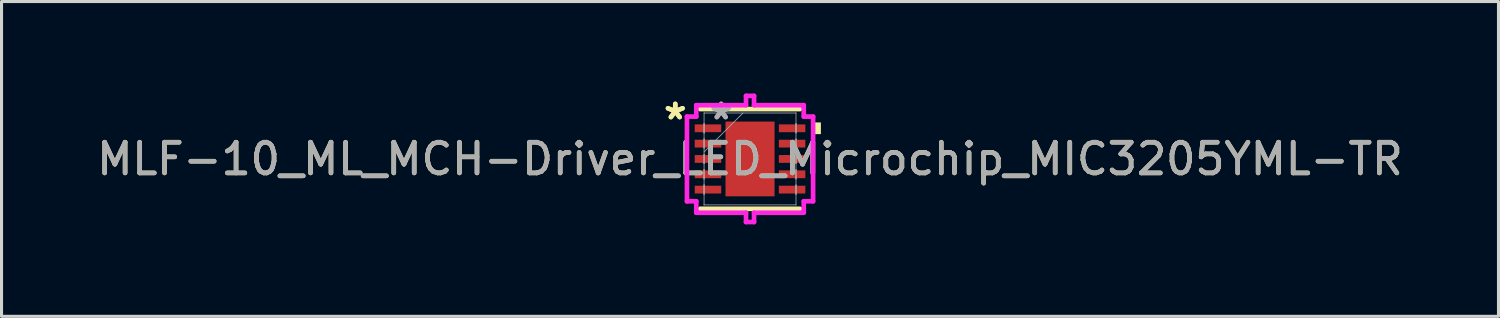
<source format=kicad_pcb>
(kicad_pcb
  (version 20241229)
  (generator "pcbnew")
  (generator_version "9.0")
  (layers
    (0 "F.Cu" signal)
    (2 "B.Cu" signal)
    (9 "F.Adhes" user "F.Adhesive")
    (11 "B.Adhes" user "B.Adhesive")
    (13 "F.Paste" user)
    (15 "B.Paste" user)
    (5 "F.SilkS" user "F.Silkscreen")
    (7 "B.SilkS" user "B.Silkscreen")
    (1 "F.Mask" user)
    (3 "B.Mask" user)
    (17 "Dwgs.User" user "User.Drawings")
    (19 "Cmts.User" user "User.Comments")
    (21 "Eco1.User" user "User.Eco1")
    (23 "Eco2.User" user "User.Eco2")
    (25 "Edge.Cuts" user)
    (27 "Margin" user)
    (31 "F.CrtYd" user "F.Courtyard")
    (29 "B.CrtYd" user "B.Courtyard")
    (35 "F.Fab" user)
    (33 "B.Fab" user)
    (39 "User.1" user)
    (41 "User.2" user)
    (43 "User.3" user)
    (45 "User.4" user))
  (footprint "MLF-10_ML_MCH-Driver_LED_Microchip_MIC3205YML-TR"
    (layer "F.Cu")
    (at 21.411 2.134)
    (property "Reference" "MLF-10_ML_MCH-Driver_LED_Microchip_MIC3205YML-TR" (at 0 0 0) (unlocked yes) (layer "F.SilkS") (effects (font (size 1 1) (thickness 0.15))))
    (attr smd)
    (fp_line (start -1.626 1.626) (end 1.626 1.626) (stroke (width 0.152) (type solid)) (layer "F.SilkS"))
    (fp_line (start 1.626 -1.626) (end -1.626 -1.626) (stroke (width 0.152) (type solid)) (layer "F.SilkS"))
    (fp_poly (pts (xy 2.311 -1.191) (xy 2.311 -0.81) (xy 2.057 -0.81) (xy 2.057 -1.191)) (stroke (width 0) (type solid)) (fill yes) (layer "F.SilkS"))
    (fp_line (start -2.057 -1.381) (end -1.753 -1.381) (stroke (width 0.152) (type solid)) (layer "F.CrtYd"))
    (fp_line (start -2.057 1.381) (end -2.057 -1.381) (stroke (width 0.152) (type solid)) (layer "F.CrtYd"))
    (fp_line (start -1.753 -1.753) (end -0.131 -1.753) (stroke (width 0.152) (type solid)) (layer "F.CrtYd"))
    (fp_line (start -1.753 -1.381) (end -1.753 -1.753) (stroke (width 0.152) (type solid)) (layer "F.CrtYd"))
    (fp_line (start -1.753 1.381) (end -2.057 1.381) (stroke (width 0.152) (type solid)) (layer "F.CrtYd"))
    (fp_line (start -1.753 1.753) (end -1.753 1.381) (stroke (width 0.152) (type solid)) (layer "F.CrtYd"))
    (fp_line (start -0.131 -2.057) (end 0.131 -2.057) (stroke (width 0.152) (type solid)) (layer "F.CrtYd"))
    (fp_line (start -0.131 -1.753) (end -0.131 -2.057) (stroke (width 0.152) (type solid)) (layer "F.CrtYd"))
    (fp_line (start -0.131 1.753) (end -1.753 1.753) (stroke (width 0.152) (type solid)) (layer "F.CrtYd"))
    (fp_line (start -0.131 2.057) (end -0.131 1.753) (stroke (width 0.152) (type solid)) (layer "F.CrtYd"))
    (fp_line (start 0.131 -2.057) (end 0.131 -1.753) (stroke (width 0.152) (type solid)) (layer "F.CrtYd"))
    (fp_line (start 0.131 -1.753) (end 1.753 -1.753) (stroke (width 0.152) (type solid)) (layer "F.CrtYd"))
    (fp_line (start 0.131 1.753) (end 0.131 2.057) (stroke (width 0.152) (type solid)) (layer "F.CrtYd"))
    (fp_line (start 0.131 2.057) (end -0.131 2.057) (stroke (width 0.152) (type solid)) (layer "F.CrtYd"))
    (fp_line (start 1.753 -1.753) (end 1.753 -1.381) (stroke (width 0.152) (type solid)) (layer "F.CrtYd"))
    (fp_line (start 1.753 -1.381) (end 2.057 -1.381) (stroke (width 0.152) (type solid)) (layer "F.CrtYd"))
    (fp_line (start 1.753 1.381) (end 1.753 1.753) (stroke (width 0.152) (type solid)) (layer "F.CrtYd"))
    (fp_line (start 1.753 1.753) (end 0.131 1.753) (stroke (width 0.152) (type solid)) (layer "F.CrtYd"))
    (fp_line (start 2.057 -1.381) (end 2.057 1.381) (stroke (width 0.152) (type solid)) (layer "F.CrtYd"))
    (fp_line (start 2.057 1.381) (end 1.753 1.381) (stroke (width 0.152) (type solid)) (layer "F.CrtYd"))
    (fp_line (start -1.499 -1.499) (end -1.499 -1.499) (stroke (width 0.025) (type solid)) (layer "F.Fab"))
    (fp_line (start -1.499 -1.499) (end -1.499 1.499) (stroke (width 0.025) (type solid)) (layer "F.Fab"))
    (fp_line (start -1.499 -1.152) (end -1.499 -1.152) (stroke (width 0.025) (type solid)) (layer "F.Fab"))
    (fp_line (start -1.499 -1.152) (end -1.499 -0.848) (stroke (width 0.025) (type solid)) (layer "F.Fab"))
    (fp_line (start -1.499 -0.848) (end -1.499 -1.152) (stroke (width 0.025) (type solid)) (layer "F.Fab"))
    (fp_line (start -1.499 -0.848) (end -1.499 -0.848) (stroke (width 0.025) (type solid)) (layer "F.Fab"))
    (fp_line (start -1.499 -0.652) (end -1.499 -0.652) (stroke (width 0.025) (type solid)) (layer "F.Fab"))
    (fp_line (start -1.499 -0.652) (end -1.499 -0.348) (stroke (width 0.025) (type solid)) (layer "F.Fab"))
    (fp_line (start -1.499 -0.348) (end -1.499 -0.652) (stroke (width 0.025) (type solid)) (layer "F.Fab"))
    (fp_line (start -1.499 -0.348) (end -1.499 -0.348) (stroke (width 0.025) (type solid)) (layer "F.Fab"))
    (fp_line (start -1.499 -0.229) (end -0.229 -1.499) (stroke (width 0.025) (type solid)) (layer "F.Fab"))
    (fp_line (start -1.499 -0.152) (end -1.499 -0.152) (stroke (width 0.025) (type solid)) (layer "F.Fab"))
    (fp_line (start -1.499 -0.152) (end -1.499 0.152) (stroke (width 0.025) (type solid)) (layer "F.Fab"))
    (fp_line (start -1.499 0.152) (end -1.499 -0.152) (stroke (width 0.025) (type solid)) (layer "F.Fab"))
    (fp_line (start -1.499 0.152) (end -1.499 0.152) (stroke (width 0.025) (type solid)) (layer "F.Fab"))
    (fp_line (start -1.499 0.348) (end -1.499 0.348) (stroke (width 0.025) (type solid)) (layer "F.Fab"))
    (fp_line (start -1.499 0.348) (end -1.499 0.652) (stroke (width 0.025) (type solid)) (layer "F.Fab"))
    (fp_line (start -1.499 0.652) (end -1.499 0.348) (stroke (width 0.025) (type solid)) (layer "F.Fab"))
    (fp_line (start -1.499 0.652) (end -1.499 0.652) (stroke (width 0.025) (type solid)) (layer "F.Fab"))
    (fp_line (start -1.499 0.848) (end -1.499 0.848) (stroke (width 0.025) (type solid)) (layer "F.Fab"))
    (fp_line (start -1.499 0.848) (end -1.499 1.152) (stroke (width 0.025) (type solid)) (layer "F.Fab"))
    (fp_line (start -1.499 1.152) (end -1.499 0.848) (stroke (width 0.025) (type solid)) (layer "F.Fab"))
    (fp_line (start -1.499 1.152) (end -1.499 1.152) (stroke (width 0.025) (type solid)) (layer "F.Fab"))
    (fp_line (start -1.499 1.499) (end -1.499 1.499) (stroke (width 0.025) (type solid)) (layer "F.Fab"))
    (fp_line (start -1.499 1.499) (end 1.499 1.499) (stroke (width 0.025) (type solid)) (layer "F.Fab"))
    (fp_line (start 1.499 -1.499) (end -1.499 -1.499) (stroke (width 0.025) (type solid)) (layer "F.Fab"))
    (fp_line (start 1.499 -1.499) (end 1.499 -1.499) (stroke (width 0.025) (type solid)) (layer "F.Fab"))
    (fp_line (start 1.499 -1.152) (end 1.499 -1.152) (stroke (width 0.025) (type solid)) (layer "F.Fab"))
    (fp_line (start 1.499 -1.152) (end 1.499 -0.848) (stroke (width 0.025) (type solid)) (layer "F.Fab"))
    (fp_line (start 1.499 -0.848) (end 1.499 -1.152) (stroke (width 0.025) (type solid)) (layer "F.Fab"))
    (fp_line (start 1.499 -0.848) (end 1.499 -0.848) (stroke (width 0.025) (type solid)) (layer "F.Fab"))
    (fp_line (start 1.499 -0.652) (end 1.499 -0.652) (stroke (width 0.025) (type solid)) (layer "F.Fab"))
    (fp_line (start 1.499 -0.652) (end 1.499 -0.348) (stroke (width 0.025) (type solid)) (layer "F.Fab"))
    (fp_line (start 1.499 -0.348) (end 1.499 -0.652) (stroke (width 0.025) (type solid)) (layer "F.Fab"))
    (fp_line (start 1.499 -0.348) (end 1.499 -0.348) (stroke (width 0.025) (type solid)) (layer "F.Fab"))
    (fp_line (start 1.499 -0.152) (end 1.499 -0.152) (stroke (width 0.025) (type solid)) (layer "F.Fab"))
    (fp_line (start 1.499 -0.152) (end 1.499 0.152) (stroke (width 0.025) (type solid)) (layer "F.Fab"))
    (fp_line (start 1.499 0.152) (end 1.499 -0.152) (stroke (width 0.025) (type solid)) (layer "F.Fab"))
    (fp_line (start 1.499 0.152) (end 1.499 0.152) (stroke (width 0.025) (type solid)) (layer "F.Fab"))
    (fp_line (start 1.499 0.348) (end 1.499 0.348) (stroke (width 0.025) (type solid)) (layer "F.Fab"))
    (fp_line (start 1.499 0.348) (end 1.499 0.652) (stroke (width 0.025) (type solid)) (layer "F.Fab"))
    (fp_line (start 1.499 0.652) (end 1.499 0.348) (stroke (width 0.025) (type solid)) (layer "F.Fab"))
    (fp_line (start 1.499 0.652) (end 1.499 0.652) (stroke (width 0.025) (type solid)) (layer "F.Fab"))
    (fp_line (start 1.499 0.848) (end 1.499 0.848) (stroke (width 0.025) (type solid)) (layer "F.Fab"))
    (fp_line (start 1.499 0.848) (end 1.499 1.152) (stroke (width 0.025) (type solid)) (layer "F.Fab"))
    (fp_line (start 1.499 1.152) (end 1.499 0.848) (stroke (width 0.025) (type solid)) (layer "F.Fab"))
    (fp_line (start 1.499 1.152) (end 1.499 1.152) (stroke (width 0.025) (type solid)) (layer "F.Fab"))
    (fp_line (start 1.499 1.499) (end 1.499 -1.499) (stroke (width 0.025) (type solid)) (layer "F.Fab"))
    (fp_line (start 1.499 1.499) (end 1.499 1.499) (stroke (width 0.025) (type solid)) (layer "F.Fab"))
    (fp_text user "*" (at -2.438 -1.25 0) (layer "F.SilkS") (effects (font (size 1 1) (thickness 0.15))))
    (fp_text user "*" (at -2.438 -1.25 0) (unlocked yes) (layer "F.SilkS") (effects (font (size 1 1) (thickness 0.15))))
    (fp_text user "*" (at -0.94 -1.25 0) (layer "F.Fab") (effects (font (size 1 1) (thickness 0.15))))
    (fp_text user "*" (at -0.94 -1.25 0) (unlocked yes) (layer "F.Fab") (effects (font (size 1 1) (thickness 0.15))))
    (fp_text user "${REFERENCE}" (at 0 0 0) (unlocked yes) (layer "F.Fab") (effects (font (size 1 1) (thickness 0.15))))
    (pad "1" smd rect (at -1.372 -1 90) (size 0.254 0.864) (layers "F.Cu" "F.Mask" "F.Paste"))
    (pad "2" smd rect (at -1.372 -0.5 90) (size 0.254 0.864) (layers "F.Cu" "F.Mask" "F.Paste"))
    (pad "3" smd rect (at -1.372 0 90) (size 0.254 0.864) (layers "F.Cu" "F.Mask" "F.Paste"))
    (pad "4" smd rect (at -1.372 0.5 90) (size 0.254 0.864) (layers "F.Cu" "F.Mask" "F.Paste"))
    (pad "5" smd rect (at -1.372 1 90) (size 0.254 0.864) (layers "F.Cu" "F.Mask" "F.Paste"))
    (pad "6" smd rect (at 1.372 1 90) (size 0.254 0.864) (layers "F.Cu" "F.Mask" "F.Paste"))
    (pad "7" smd rect (at 1.372 0.5 90) (size 0.254 0.864) (layers "F.Cu" "F.Mask" "F.Paste"))
    (pad "8" smd rect (at 1.372 0 90) (size 0.254 0.864) (layers "F.Cu" "F.Mask" "F.Paste"))
    (pad "9" smd rect (at 1.372 -0.5 90) (size 0.254 0.864) (layers "F.Cu" "F.Mask" "F.Paste"))
    (pad "10" smd rect (at 1.372 -1 90) (size 0.254 0.864) (layers "F.Cu" "F.Mask" "F.Paste"))
    (pad "11" smd rect (at 0 0) (size 1.6 2.438) (layers "F.Cu" "F.Mask" "F.Paste")))
  (gr_rect
    (start -3 -3)
    (end 45.821 7.267)
    (stroke (width 0.1) (type default))
    (fill no)
    (layer "Edge.Cuts")))
</source>
